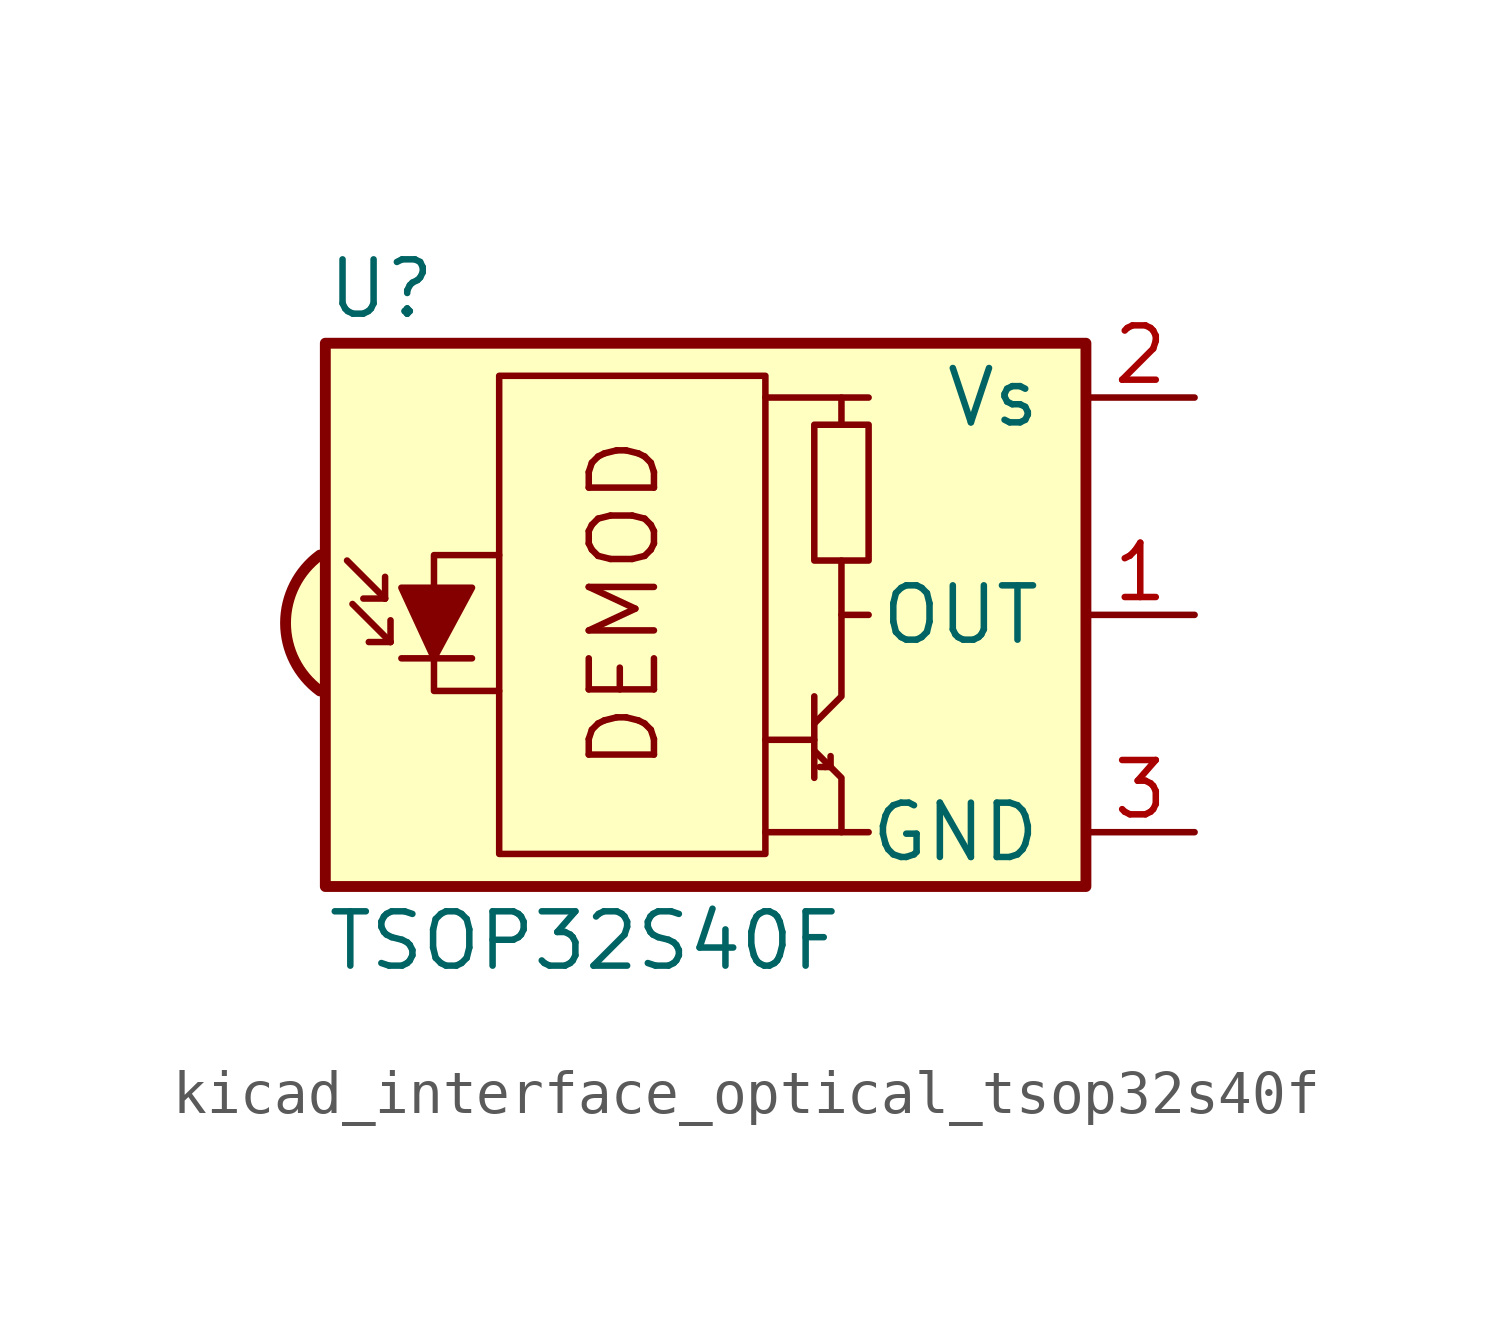
<source format=kicad_sym>
(kicad_symbol_lib
  (version 20220914)
  (generator kicad_symbol_editor)
  (symbol "kicad_interface_optical_tsop32s40f"
    (pin_names
      (offset 1.016))
    (property "Reference" "U"
      (at -10.16 7.62 0)
      (effects (font (size 1.27 1.27)) (justify left)))
    (property "Value" "TSOP32S40F"
      (at -10.16 -7.62 0)
      (effects (font (size 1.27 1.27)) (justify left)))
    (symbol "kicad_interface_optical_tsop32s40f_0_0"
      (arc (start -10.287 1.397) (mid -11.0899 -0.1852) (end -10.287 -1.778) (stroke (width 0.254) (type default)) (fill (type background)))
      (polyline (pts (xy 1.905 -5.08) (xy 0.127 -5.08)) (stroke (width 0) (type default)) (fill (type none)))
      (polyline (pts (xy 1.905 5.08) (xy 0.127 5.08)) (stroke (width 0) (type default)) (fill (type none)))
      (text "DEMOD" (at -3.175 0.254 900) (effects (font (size 1.524 1.524)))))
    (symbol "kicad_interface_optical_tsop32s40f_0_1"
      (rectangle (start -6.096 5.588) (end 0.127 -5.588) (stroke (width 0) (type default)) (fill (type none)))
      (polyline (pts (xy -8.763 0.381) (xy -9.652 1.27)) (stroke (width 0) (type default)) (fill (type none)))
      (polyline (pts (xy -8.763 0.381) (xy -9.271 0.381)) (stroke (width 0) (type default)) (fill (type none)))
      (polyline (pts (xy -8.763 0.381) (xy -8.763 0.889)) (stroke (width 0) (type default)) (fill (type none)))
      (polyline (pts (xy -8.636 -0.635) (xy -9.525 0.254)) (stroke (width 0) (type default)) (fill (type none)))
      (polyline (pts (xy -8.636 -0.635) (xy -9.144 -0.635)) (stroke (width 0) (type default)) (fill (type none)))
      (polyline (pts (xy -8.636 -0.635) (xy -8.636 -0.127)) (stroke (width 0) (type default)) (fill (type none)))
      (polyline (pts (xy -8.382 -1.016) (xy -6.731 -1.016)) (stroke (width 0) (type default)) (fill (type none)))
      (polyline (pts (xy 1.27 -2.921) (xy 0.127 -2.921)) (stroke (width 0) (type default)) (fill (type none)))
      (polyline (pts (xy 1.27 -1.905) (xy 1.27 -3.81)) (stroke (width 0) (type default)) (fill (type none)))
      (polyline (pts (xy 1.397 -3.556) (xy 1.524 -3.556)) (stroke (width 0) (type default)) (fill (type none)))
      (polyline (pts (xy 1.651 -3.556) (xy 1.524 -3.556)) (stroke (width 0) (type default)) (fill (type none)))
      (polyline (pts (xy 1.651 -3.556) (xy 1.651 -3.302)) (stroke (width 0) (type default)) (fill (type none)))
      (polyline (pts (xy 1.905 0) (xy 1.905 1.27)) (stroke (width 0) (type default)) (fill (type none)))
      (polyline (pts (xy 1.905 4.445) (xy 1.905 5.08) (xy 2.54 5.08)) (stroke (width 0) (type default)) (fill (type none)))
      (polyline (pts (xy -8.382 0.635) (xy -6.731 0.635) (xy -7.62 -1.016) (xy -8.382 0.635)) (stroke (width 0) (type default)) (fill (type outline)))
      (polyline (pts (xy -6.096 1.397) (xy -7.62 1.397) (xy -7.62 -1.778) (xy -6.096 -1.778)) (stroke (width 0) (type default)) (fill (type none)))
      (polyline (pts (xy 1.27 -3.175) (xy 1.905 -3.81) (xy 1.905 -5.08) (xy 2.54 -5.08)) (stroke (width 0) (type default)) (fill (type none)))
      (polyline (pts (xy 1.27 -2.54) (xy 1.905 -1.905) (xy 1.905 0) (xy 2.54 0)) (stroke (width 0) (type default)) (fill (type none)))
      (rectangle (start 2.54 1.27) (end 1.27 4.445) (stroke (width 0) (type default)) (fill (type none)))
      (rectangle (start 7.62 6.35) (end -10.16 -6.35) (stroke (width 0.254) (type default)) (fill (type background))))
    (symbol "kicad_interface_optical_tsop32s40f_1_1"
      (pin output line (at 10.16 0 180) (length 2.54) (name "OUT" (effects (font (size 1.27 1.27)))) (number "1" (effects (font (size 1.27 1.27)))))
      (pin power_in line (at 10.16 5.08 180) (length 2.54) (name "Vs" (effects (font (size 1.27 1.27)))) (number "2" (effects (font (size 1.27 1.27)))))
      (pin power_in line (at 10.16 -5.08 180) (length 2.54) (name "GND" (effects (font (size 1.27 1.27)))) (number "3" (effects (font (size 1.27 1.27))))))))
</source>
